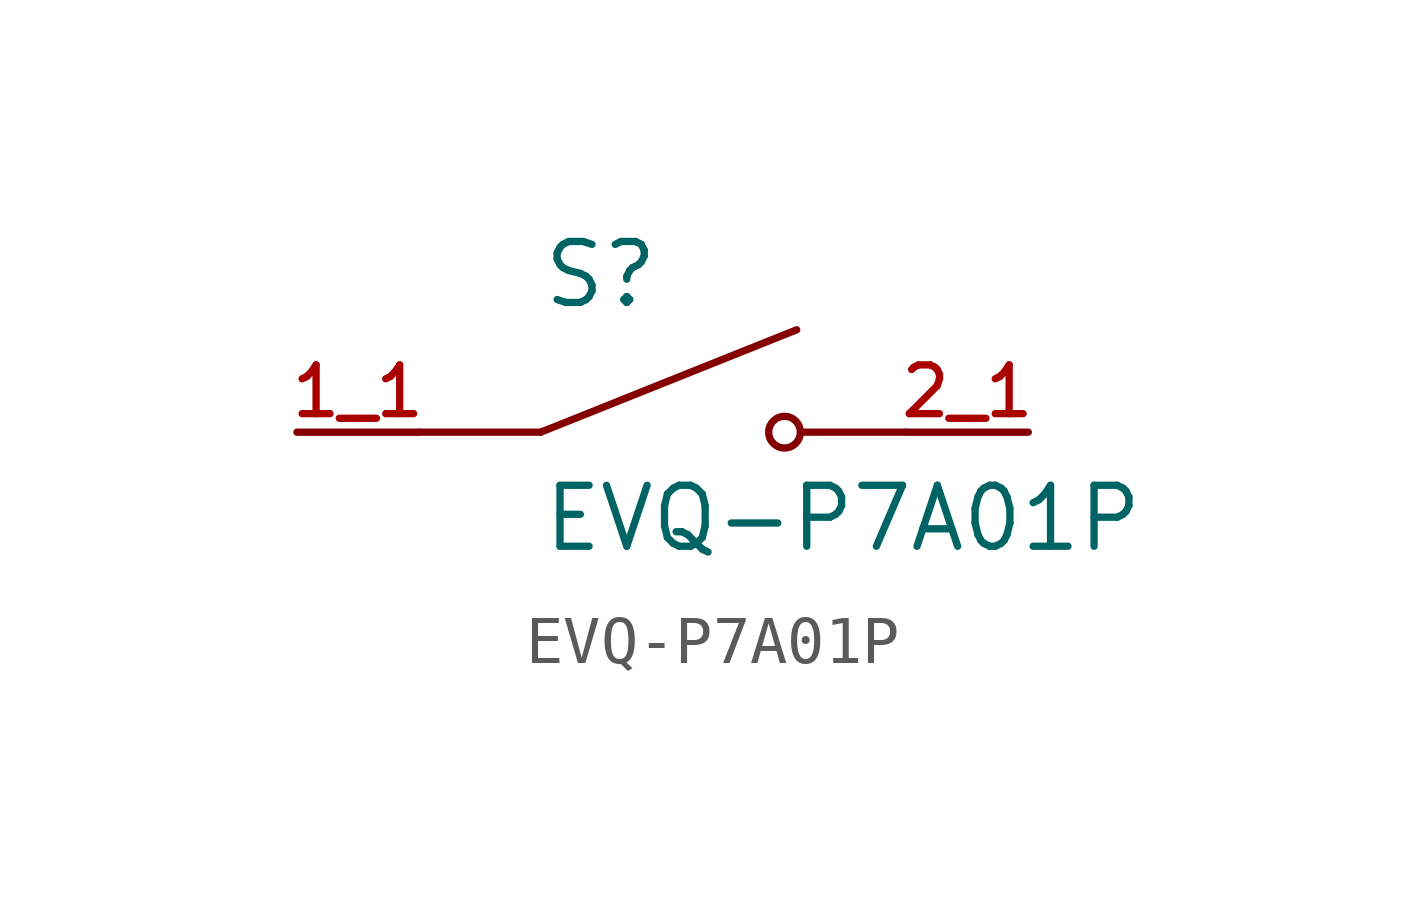
<source format=kicad_sym>
(kicad_symbol_lib
  (version 20211014)
  (generator kicad_symbol_editor)
  (symbol "EVQ-P7A01P"
    (pin_names
      (offset 1.016))
    (property "Reference" "S"
      (at -2.54 2.54 0)
      (effects (font (size 1.27 1.27)) (justify bottom left)))
    (property "Value" "EVQ-P7A01P"
      (at -2.54 -2.54 0)
      (effects (font (size 1.27 1.27)) (justify bottom left)))
    (symbol "EVQ-P7A01P_0_0"
      (polyline (pts (xy -2.54 0.0) (xy 2.794 2.134)) (stroke (width 0.152)))
      (circle (center 2.54 0.0) (radius 0.33) (stroke (width 0.152)) (fill (type none)))
      (polyline (pts (xy 5.08 0.0) (xy 2.921 0.0)) (stroke (width 0.152)))
      (polyline (pts (xy -2.54 0.0) (xy -5.08 0.0)) (stroke (width 0.152)))
      (pin passive line (at -7.62 0.0 0) (length 2.54) (name "~" (effects (font (size 1.016 1.016)))) (number "1_1" (effects (font (size 1.016 1.016)))))
      (pin passive line (at 7.62 0.0 180.0) (length 2.54) (name "~" (effects (font (size 1.016 1.016)))) (number "2_1" (effects (font (size 1.016 1.016))))))))
</source>
